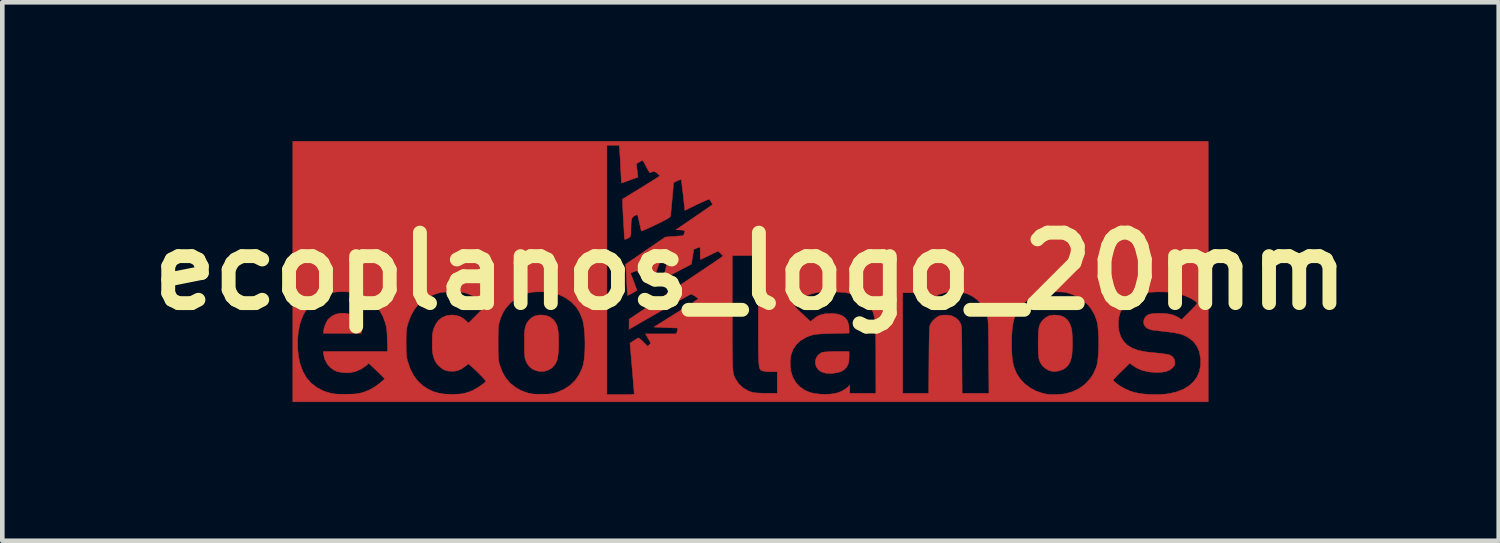
<source format=kicad_pcb>
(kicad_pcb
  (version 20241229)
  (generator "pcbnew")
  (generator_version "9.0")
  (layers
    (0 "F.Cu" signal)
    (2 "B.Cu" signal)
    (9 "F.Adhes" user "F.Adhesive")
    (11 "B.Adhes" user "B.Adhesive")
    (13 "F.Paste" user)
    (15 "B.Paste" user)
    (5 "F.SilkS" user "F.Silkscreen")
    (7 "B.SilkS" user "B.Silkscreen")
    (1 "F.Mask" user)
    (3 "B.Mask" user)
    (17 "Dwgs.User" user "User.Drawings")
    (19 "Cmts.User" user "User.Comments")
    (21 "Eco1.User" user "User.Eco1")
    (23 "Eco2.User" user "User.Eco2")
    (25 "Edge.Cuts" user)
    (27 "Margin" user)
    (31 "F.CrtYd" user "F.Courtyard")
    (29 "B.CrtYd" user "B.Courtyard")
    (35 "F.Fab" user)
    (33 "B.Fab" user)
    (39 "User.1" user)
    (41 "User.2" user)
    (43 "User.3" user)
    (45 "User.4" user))
  (footprint "ecoplanos_logo_20mm"
    (layer "F.Cu")
    (at 13.179 2.815)
    (property "Reference" "ecoplanos_logo_20mm" (at 0 0 0) (layer "F.SilkS") (effects (font (size 1.524 1.524) (thickness 0.3))))
    (attr through_hole)
    (fp_poly (pts (xy -8.767 0.908) (xy -8.692 0.924) (xy -8.611 0.961) (xy -8.538 1.02) (xy -8.478 1.095) (xy -8.436 1.18) (xy -8.416 1.269) (xy -8.415 1.292) (xy -8.415 1.341) (xy -9.234 1.341) (xy -9.234 1.307) (xy -9.226 1.253) (xy -9.207 1.186) (xy -9.179 1.118) (xy -9.147 1.06) (xy -9.13 1.037) (xy -9.058 0.974) (xy -8.97 0.93) (xy -8.871 0.908) (xy -8.767 0.908)) (stroke (width 0.01) (type solid)) (fill yes) (layer "F.Cu"))
    (fp_poly (pts (xy 2.132 1.839) (xy 2.13 1.899) (xy 2.124 1.956) (xy 2.117 1.995) (xy 2.084 2.064) (xy 2.029 2.124) (xy 1.958 2.168) (xy 1.952 2.171) (xy 1.883 2.191) (xy 1.799 2.205) (xy 1.71 2.209) (xy 1.629 2.204) (xy 1.619 2.202) (xy 1.535 2.176) (xy 1.469 2.131) (xy 1.425 2.071) (xy 1.403 1.998) (xy 1.404 1.927) (xy 1.427 1.861) (xy 1.472 1.804) (xy 1.532 1.763) (xy 1.563 1.752) (xy 1.595 1.747) (xy 1.648 1.743) (xy 1.719 1.739) (xy 1.801 1.737) (xy 1.874 1.737) (xy 2.132 1.737) (xy 2.132 1.839)) (stroke (width 0.01) (type solid)) (fill yes) (layer "F.Cu"))
    (fp_poly (pts (xy -4.42 0.958) (xy -4.332 0.993) (xy -4.259 1.05) (xy -4.205 1.13) (xy -4.18 1.189) (xy -4.166 1.253) (xy -4.156 1.338) (xy -4.15 1.437) (xy -4.148 1.544) (xy -4.15 1.653) (xy -4.156 1.755) (xy -4.167 1.845) (xy -4.181 1.917) (xy -4.185 1.932) (xy -4.228 2.017) (xy -4.29 2.086) (xy -4.367 2.135) (xy -4.456 2.163) (xy -4.551 2.167) (xy -4.62 2.155) (xy -4.711 2.118) (xy -4.783 2.061) (xy -4.837 1.983) (xy -4.868 1.911) (xy -4.876 1.879) (xy -4.882 1.838) (xy -4.887 1.783) (xy -4.89 1.712) (xy -4.891 1.618) (xy -4.891 1.56) (xy -4.891 1.44) (xy -4.888 1.344) (xy -4.881 1.268) (xy -4.87 1.207) (xy -4.854 1.158) (xy -4.832 1.115) (xy -4.803 1.074) (xy -4.791 1.06) (xy -4.731 1.003) (xy -4.663 0.967) (xy -4.582 0.949) (xy -4.524 0.946) (xy -4.42 0.958)) (stroke (width 0.01) (type solid)) (fill yes) (layer "F.Cu"))
    (fp_poly (pts (xy 6.691 0.958) (xy 6.778 0.992) (xy 6.849 1.048) (xy 6.902 1.127) (xy 6.938 1.228) (xy 6.945 1.263) (xy 6.952 1.32) (xy 6.957 1.398) (xy 6.96 1.488) (xy 6.96 1.584) (xy 6.958 1.678) (xy 6.954 1.761) (xy 6.948 1.828) (xy 6.945 1.844) (xy 6.916 1.949) (xy 6.868 2.033) (xy 6.803 2.097) (xy 6.763 2.12) (xy 6.667 2.156) (xy 6.572 2.168) (xy 6.509 2.162) (xy 6.437 2.137) (xy 6.369 2.097) (xy 6.316 2.048) (xy 6.305 2.034) (xy 6.278 1.994) (xy 6.258 1.955) (xy 6.243 1.915) (xy 6.233 1.867) (xy 6.226 1.808) (xy 6.222 1.732) (xy 6.221 1.636) (xy 6.22 1.56) (xy 6.221 1.44) (xy 6.224 1.344) (xy 6.23 1.268) (xy 6.24 1.207) (xy 6.255 1.159) (xy 6.276 1.117) (xy 6.303 1.078) (xy 6.324 1.055) (xy 6.386 0.999) (xy 6.455 0.964) (xy 6.538 0.948) (xy 6.586 0.947) (xy 6.691 0.958)) (stroke (width 0.01) (type solid)) (fill yes) (layer "F.Cu"))
    (fp_poly (pts (xy 9.897 2.824) (xy -9.897 2.824) (xy -9.897 1.481) (xy -9.795 1.481) (xy -9.794 1.652) (xy -9.775 1.846) (xy -9.736 2.02) (xy -9.678 2.172) (xy -9.6 2.305) (xy -9.503 2.417) (xy -9.387 2.509) (xy -9.251 2.581) (xy -9.205 2.599) (xy -9.125 2.625) (xy -9.048 2.644) (xy -8.967 2.656) (xy -8.875 2.662) (xy -8.765 2.663) (xy -8.711 2.662) (xy -8.612 2.658) (xy -8.534 2.652) (xy -8.47 2.643) (xy -8.412 2.629) (xy -8.401 2.626) (xy -8.332 2.603) (xy -8.257 2.573) (xy -8.2 2.546) (xy -8.155 2.519) (xy -8.102 2.484) (xy -8.048 2.445) (xy -7.997 2.405) (xy -7.954 2.369) (xy -7.925 2.341) (xy -7.914 2.324) (xy -7.924 2.311) (xy -7.951 2.282) (xy -7.992 2.241) (xy -8.043 2.191) (xy -8.084 2.152) (xy -8.254 1.992) (xy -8.324 2.05) (xy -8.435 2.124) (xy -8.557 2.173) (xy -8.686 2.196) (xy -8.822 2.192) (xy -8.833 2.19) (xy -8.894 2.178) (xy -8.952 2.162) (xy -8.995 2.145) (xy -9.081 2.086) (xy -9.151 2.007) (xy -9.202 1.913) (xy -9.229 1.81) (xy -9.23 1.804) (xy -9.238 1.737) (xy -7.847 1.737) (xy -7.853 1.521) (xy -7.447 1.521) (xy -7.447 1.553) (xy -7.446 1.654) (xy -7.445 1.733) (xy -7.442 1.795) (xy -7.437 1.845) (xy -7.429 1.89) (xy -7.419 1.935) (xy -7.416 1.943) (xy -7.36 2.109) (xy -7.286 2.253) (xy -7.193 2.377) (xy -7.08 2.48) (xy -6.949 2.561) (xy -6.842 2.608) (xy -6.734 2.638) (xy -6.609 2.657) (xy -6.476 2.666) (xy -6.345 2.663) (xy -6.224 2.648) (xy -6.215 2.647) (xy -6.144 2.628) (xy -6.067 2.603) (xy -6.008 2.578) (xy -5.957 2.551) (xy -5.899 2.517) (xy -5.841 2.478) (xy -5.788 2.441) (xy -5.747 2.408) (xy -5.724 2.385) (xy -5.724 2.384) (xy -5.73 2.368) (xy -5.753 2.337) (xy -5.79 2.295) (xy -5.839 2.244) (xy -5.894 2.188) (xy -5.954 2.131) (xy -6.014 2.077) (xy -6.018 2.073) (xy -6.1 2.002) (xy -6.174 2.059) (xy -6.251 2.112) (xy -6.322 2.145) (xy -6.394 2.16) (xy -6.444 2.163) (xy -6.532 2.159) (xy -6.602 2.143) (xy -6.664 2.11) (xy -6.726 2.058) (xy -6.736 2.048) (xy -6.781 2) (xy -6.812 1.957) (xy -6.834 1.909) (xy -6.85 1.862) (xy -6.864 1.815) (xy -6.873 1.77) (xy -6.879 1.72) (xy -6.882 1.659) (xy -6.883 1.578) (xy -6.883 1.553) (xy -5.457 1.553) (xy -5.457 1.665) (xy -5.456 1.754) (xy -5.455 1.822) (xy -5.452 1.876) (xy -5.448 1.919) (xy -5.442 1.955) (xy -5.434 1.99) (xy -5.424 2.025) (xy -5.367 2.178) (xy -5.291 2.311) (xy -5.194 2.423) (xy -5.078 2.515) (xy -4.979 2.571) (xy -4.883 2.611) (xy -4.794 2.639) (xy -4.701 2.656) (xy -4.596 2.663) (xy -4.483 2.663) (xy -4.4 2.659) (xy -4.336 2.654) (xy -4.283 2.646) (xy -4.231 2.633) (xy -4.174 2.615) (xy -4.028 2.551) (xy -3.901 2.467) (xy -3.794 2.364) (xy -3.708 2.242) (xy -3.643 2.103) (xy -3.62 2.03) (xy -3.601 1.936) (xy -3.588 1.822) (xy -3.581 1.694) (xy -3.579 1.56) (xy -3.582 1.424) (xy -3.591 1.294) (xy -3.605 1.176) (xy -3.624 1.075) (xy -3.636 1.035) (xy -3.695 0.892) (xy -3.775 0.767) (xy -3.875 0.663) (xy -3.997 0.577) (xy -4.059 0.544) (xy -4.143 0.506) (xy -4.217 0.478) (xy -4.289 0.461) (xy -4.367 0.45) (xy -4.459 0.446) (xy -4.532 0.445) (xy -4.618 0.446) (xy -4.683 0.449) (xy -4.736 0.455) (xy -4.785 0.465) (xy -4.829 0.478) (xy -4.955 0.525) (xy -5.063 0.584) (xy -5.161 0.659) (xy -5.203 0.699) (xy -5.285 0.791) (xy -5.349 0.888) (xy -5.398 0.999) (xy -5.424 1.081) (xy -5.435 1.117) (xy -5.442 1.152) (xy -5.448 1.188) (xy -5.452 1.231) (xy -5.455 1.285) (xy -5.456 1.354) (xy -5.457 1.443) (xy -5.457 1.553) (xy -6.883 1.553) (xy -6.882 1.465) (xy -6.88 1.399) (xy -6.875 1.346) (xy -6.866 1.301) (xy -6.854 1.255) (xy -6.852 1.248) (xy -6.806 1.144) (xy -6.743 1.06) (xy -6.665 0.998) (xy -6.572 0.96) (xy -6.468 0.946) (xy -6.465 0.946) (xy -6.361 0.955) (xy -6.271 0.985) (xy -6.189 1.038) (xy -6.169 1.055) (xy -6.097 1.12) (xy -5.904 0.926) (xy -5.711 0.732) (xy -5.773 0.678) (xy -5.883 0.597) (xy -6.011 0.528) (xy -6.121 0.484) (xy -6.168 0.47) (xy -6.211 0.459) (xy -6.255 0.452) (xy -6.307 0.449) (xy -6.376 0.447) (xy -6.445 0.447) (xy -6.535 0.447) (xy -6.605 0.45) (xy -6.66 0.455) (xy -6.71 0.463) (xy -6.76 0.475) (xy -6.77 0.478) (xy -6.923 0.534) (xy -7.057 0.611) (xy -7.172 0.708) (xy -7.268 0.825) (xy -7.346 0.964) (xy -7.406 1.125) (xy -7.417 1.163) (xy -7.428 1.208) (xy -7.436 1.251) (xy -7.441 1.298) (xy -7.445 1.355) (xy -7.446 1.428) (xy -7.447 1.521) (xy -7.853 1.521) (xy -7.854 1.486) (xy -7.858 1.384) (xy -7.862 1.304) (xy -7.869 1.241) (xy -7.877 1.188) (xy -7.889 1.14) (xy -7.892 1.13) (xy -7.951 0.97) (xy -8.031 0.83) (xy -8.129 0.709) (xy -8.245 0.609) (xy -8.379 0.531) (xy -8.521 0.478) (xy -8.621 0.457) (xy -8.736 0.445) (xy -8.857 0.443) (xy -8.973 0.45) (xy -9.077 0.466) (xy -9.121 0.478) (xy -9.246 0.525) (xy -9.353 0.582) (xy -9.45 0.656) (xy -9.497 0.7) (xy -9.597 0.82) (xy -9.678 0.958) (xy -9.737 1.116) (xy -9.777 1.29) (xy -9.795 1.481) (xy -9.897 1.481) (xy -9.897 -2.725) (xy -3.106 -2.725) (xy -3.106 2.668) (xy -2.81 2.668) (xy -2.706 2.668) (xy -2.628 2.667) (xy -2.572 2.665) (xy -2.537 2.661) (xy -2.518 2.656) (xy -2.514 2.651) (xy -2.515 2.633) (xy -2.519 2.591) (xy -2.524 2.526) (xy -2.531 2.443) (xy -2.539 2.345) (xy -2.548 2.234) (xy -2.558 2.115) (xy -2.56 2.093) (xy -2.606 1.553) (xy -2.521 1.5) (xy -2.477 1.473) (xy -2.443 1.452) (xy -2.424 1.442) (xy -2.424 1.442) (xy -2.409 1.449) (xy -2.38 1.472) (xy -2.341 1.507) (xy -2.317 1.531) (xy -2.222 1.624) (xy -2.189 1.589) (xy -2.156 1.554) (xy -2.271 1.355) (xy -1.6 1.355) (xy -1.586 1.292) (xy -1.571 1.228) (xy -1.629 1.227) (xy -1.665 1.225) (xy -1.721 1.223) (xy -1.792 1.22) (xy -1.869 1.217) (xy -1.889 1.216) (xy -2.09 1.207) (xy -1.777 1.012) (xy -1.464 0.816) (xy -1.284 0.839) (xy -1.196 0.85) (xy -1.132 0.857) (xy -1.086 0.859) (xy -1.055 0.857) (xy -1.034 0.849) (xy -1.018 0.835) (xy -1.003 0.814) (xy -0.996 0.803) (xy -0.975 0.769) (xy -0.963 0.747) (xy -0.963 0.742) (xy -0.977 0.737) (xy -1.014 0.727) (xy -1.065 0.715) (xy -1.106 0.706) (xy -1.245 0.674) (xy -1.187 0.637) (xy -1.154 0.614) (xy -1.133 0.597) (xy -1.13 0.593) (xy -1.141 0.581) (xy -1.169 0.561) (xy -1.205 0.537) (xy -1.242 0.515) (xy -1.272 0.499) (xy -1.285 0.494) (xy -1.3 0.501) (xy -1.337 0.521) (xy -1.394 0.552) (xy -1.468 0.593) (xy -1.558 0.644) (xy -1.661 0.702) (xy -1.774 0.766) (xy -1.896 0.836) (xy -1.963 0.874) (xy -2.626 1.254) (xy -2.625 1.038) (xy -1.644 0.382) (xy -1.494 0.281) (xy -1.349 0.184) (xy -1.213 0.093) (xy -1.087 0.008) (xy -0.972 -0.069) (xy -0.87 -0.138) (xy -0.784 -0.196) (xy -0.715 -0.243) (xy -0.664 -0.277) (xy -0.635 -0.298) (xy -0.628 -0.303) (xy -0.592 -0.332) (xy -0.599 -0.339) (xy -0.395 -0.339) (xy -0.395 0.893) (xy -0.395 1.114) (xy -0.395 1.309) (xy -0.395 1.479) (xy -0.394 1.627) (xy -0.393 1.754) (xy -0.392 1.862) (xy -0.39 1.953) (xy -0.388 2.029) (xy -0.384 2.092) (xy -0.38 2.143) (xy -0.375 2.185) (xy -0.368 2.22) (xy -0.361 2.248) (xy -0.352 2.273) (xy -0.342 2.295) (xy -0.33 2.318) (xy -0.317 2.342) (xy -0.316 2.344) (xy -0.247 2.443) (xy -0.156 2.525) (xy -0.048 2.588) (xy 0.042 2.62) (xy 0.083 2.627) (xy 0.148 2.633) (xy 0.23 2.637) (xy 0.327 2.639) (xy 0.342 2.639) (xy 0.579 2.64) (xy 0.579 2.174) (xy 0.444 2.174) (xy 0.358 2.171) (xy 0.293 2.163) (xy 0.26 2.154) (xy 0.245 2.147) (xy 0.231 2.141) (xy 0.219 2.133) (xy 0.209 2.122) (xy 0.2 2.106) (xy 0.193 2.082) (xy 0.187 2.05) (xy 0.182 2.008) (xy 0.178 1.953) (xy 0.177 1.929) (xy 0.857 1.929) (xy 0.86 2.07) (xy 0.878 2.181) (xy 0.918 2.299) (xy 0.981 2.406) (xy 1.066 2.497) (xy 1.168 2.57) (xy 1.278 2.619) (xy 1.374 2.643) (xy 1.487 2.657) (xy 1.607 2.662) (xy 1.724 2.657) (xy 1.831 2.642) (xy 1.898 2.624) (xy 1.986 2.588) (xy 2.06 2.541) (xy 2.107 2.501) (xy 2.146 2.466) (xy 2.146 2.64) (xy 2.711 2.64) (xy 2.71 1.945) (xy 2.71 1.751) (xy 2.709 1.583) (xy 2.707 1.438) (xy 2.705 1.315) (xy 2.7 1.21) (xy 2.695 1.122) (xy 2.687 1.048) (xy 2.677 0.986) (xy 2.665 0.934) (xy 2.65 0.888) (xy 2.632 0.847) (xy 2.611 0.809) (xy 2.586 0.77) (xy 2.579 0.76) (xy 2.497 0.665) (xy 2.392 0.586) (xy 2.265 0.522) (xy 2.116 0.475) (xy 2.077 0.466) (xy 3.29 0.466) (xy 3.29 2.64) (xy 3.853 2.64) (xy 3.858 1.931) (xy 3.859 1.757) (xy 3.861 1.609) (xy 3.863 1.486) (xy 3.865 1.386) (xy 3.868 1.306) (xy 3.871 1.246) (xy 3.875 1.203) (xy 3.879 1.175) (xy 3.881 1.166) (xy 3.909 1.113) (xy 3.955 1.057) (xy 4.01 1.008) (xy 4.065 0.973) (xy 4.089 0.963) (xy 4.171 0.948) (xy 4.258 0.948) (xy 4.34 0.962) (xy 4.377 0.975) (xy 4.449 1.016) (xy 4.502 1.068) (xy 4.537 1.122) (xy 4.544 1.136) (xy 4.55 1.15) (xy 4.554 1.167) (xy 4.558 1.19) (xy 4.561 1.221) (xy 4.564 1.263) (xy 4.566 1.317) (xy 4.567 1.387) (xy 4.568 1.476) (xy 4.569 1.584) (xy 4.57 1.715) (xy 4.571 1.872) (xy 4.571 1.91) (xy 4.576 2.64) (xy 5.156 2.64) (xy 5.15 1.846) (xy 5.148 1.673) (xy 5.147 1.539) (xy 5.647 1.539) (xy 5.647 1.668) (xy 5.651 1.775) (xy 5.657 1.865) (xy 5.668 1.943) (xy 5.682 2.015) (xy 5.702 2.087) (xy 5.704 2.093) (xy 5.757 2.218) (xy 5.834 2.332) (xy 5.931 2.434) (xy 6.047 2.522) (xy 6.176 2.591) (xy 6.317 2.64) (xy 6.41 2.659) (xy 6.473 2.665) (xy 6.554 2.667) (xy 6.643 2.664) (xy 6.728 2.659) (xy 6.801 2.65) (xy 6.817 2.647) (xy 6.967 2.604) (xy 7.104 2.538) (xy 7.225 2.451) (xy 7.323 2.351) (xy 7.84 2.351) (xy 7.849 2.37) (xy 7.878 2.398) (xy 7.921 2.433) (xy 7.975 2.471) (xy 8.034 2.508) (xy 8.093 2.54) (xy 8.097 2.542) (xy 8.196 2.586) (xy 8.296 2.619) (xy 8.402 2.642) (xy 8.521 2.657) (xy 8.658 2.665) (xy 8.74 2.667) (xy 8.856 2.665) (xy 8.964 2.658) (xy 9.055 2.647) (xy 9.057 2.646) (xy 9.22 2.607) (xy 9.361 2.551) (xy 9.481 2.479) (xy 9.579 2.392) (xy 9.654 2.289) (xy 9.705 2.174) (xy 9.731 2.045) (xy 9.733 1.905) (xy 9.729 1.862) (xy 9.703 1.737) (xy 9.658 1.631) (xy 9.594 1.541) (xy 9.566 1.513) (xy 9.503 1.459) (xy 9.437 1.416) (xy 9.364 1.381) (xy 9.278 1.353) (xy 9.175 1.332) (xy 9.051 1.314) (xy 8.974 1.305) (xy 8.89 1.296) (xy 8.809 1.287) (xy 8.739 1.278) (xy 8.687 1.271) (xy 8.67 1.268) (xy 8.596 1.243) (xy 8.542 1.204) (xy 8.509 1.153) (xy 8.499 1.094) (xy 8.514 1.031) (xy 8.526 1.008) (xy 8.554 0.972) (xy 8.59 0.945) (xy 8.638 0.927) (xy 8.702 0.916) (xy 8.787 0.911) (xy 8.846 0.911) (xy 8.972 0.916) (xy 9.078 0.93) (xy 9.167 0.957) (xy 9.246 0.996) (xy 9.271 1.012) (xy 9.323 1.047) (xy 9.497 0.874) (xy 9.563 0.807) (xy 9.61 0.756) (xy 9.64 0.72) (xy 9.655 0.697) (xy 9.656 0.684) (xy 9.655 0.683) (xy 9.611 0.642) (xy 9.544 0.6) (xy 9.461 0.559) (xy 9.368 0.521) (xy 9.271 0.489) (xy 9.2 0.471) (xy 9.129 0.46) (xy 9.039 0.452) (xy 8.938 0.447) (xy 8.833 0.446) (xy 8.731 0.449) (xy 8.639 0.455) (xy 8.565 0.464) (xy 8.537 0.47) (xy 8.387 0.52) (xy 8.257 0.587) (xy 8.149 0.669) (xy 8.063 0.767) (xy 8.001 0.877) (xy 7.963 1) (xy 7.951 1.134) (xy 7.965 1.277) (xy 7.97 1.302) (xy 8.007 1.417) (xy 8.066 1.515) (xy 8.148 1.597) (xy 8.252 1.661) (xy 8.378 1.709) (xy 8.528 1.74) (xy 8.542 1.742) (xy 8.579 1.747) (xy 8.637 1.753) (xy 8.709 1.761) (xy 8.788 1.769) (xy 8.813 1.772) (xy 8.891 1.78) (xy 8.962 1.79) (xy 9.021 1.8) (xy 9.06 1.809) (xy 9.068 1.812) (xy 9.128 1.85) (xy 9.165 1.904) (xy 9.177 1.973) (xy 9.177 1.973) (xy 9.174 2.015) (xy 9.161 2.047) (xy 9.132 2.081) (xy 9.124 2.09) (xy 9.067 2.134) (xy 8.996 2.165) (xy 8.907 2.182) (xy 8.796 2.188) (xy 8.787 2.188) (xy 8.625 2.178) (xy 8.482 2.147) (xy 8.355 2.095) (xy 8.255 2.029) (xy 8.201 1.987) (xy 8.022 2.162) (xy 7.964 2.219) (xy 7.914 2.27) (xy 7.874 2.312) (xy 7.848 2.34) (xy 7.84 2.351) (xy 7.323 2.351) (xy 7.329 2.345) (xy 7.412 2.223) (xy 7.473 2.086) (xy 7.491 2.026) (xy 7.507 1.943) (xy 7.518 1.839) (xy 7.526 1.72) (xy 7.529 1.592) (xy 7.529 1.462) (xy 7.523 1.337) (xy 7.514 1.224) (xy 7.501 1.127) (xy 7.49 1.08) (xy 7.439 0.937) (xy 7.362 0.807) (xy 7.292 0.722) (xy 7.181 0.622) (xy 7.055 0.544) (xy 6.911 0.484) (xy 6.861 0.469) (xy 6.816 0.458) (xy 6.768 0.452) (xy 6.711 0.448) (xy 6.635 0.446) (xy 6.601 0.446) (xy 6.494 0.447) (xy 6.408 0.452) (xy 6.334 0.464) (xy 6.265 0.482) (xy 6.192 0.51) (xy 6.128 0.54) (xy 6.058 0.576) (xy 6 0.615) (xy 5.942 0.664) (xy 5.901 0.704) (xy 5.83 0.782) (xy 5.773 0.862) (xy 5.729 0.948) (xy 5.695 1.044) (xy 5.671 1.154) (xy 5.656 1.281) (xy 5.648 1.43) (xy 5.647 1.539) (xy 5.147 1.539) (xy 5.147 1.526) (xy 5.145 1.403) (xy 5.144 1.3) (xy 5.142 1.217) (xy 5.14 1.149) (xy 5.137 1.096) (xy 5.134 1.054) (xy 5.13 1.021) (xy 5.126 0.995) (xy 5.121 0.973) (xy 5.119 0.967) (xy 5.067 0.834) (xy 4.995 0.717) (xy 4.904 0.618) (xy 4.797 0.54) (xy 4.677 0.484) (xy 4.661 0.479) (xy 4.516 0.448) (xy 4.369 0.441) (xy 4.225 0.457) (xy 4.088 0.497) (xy 3.963 0.559) (xy 3.907 0.598) (xy 3.84 0.649) (xy 3.84 0.466) (xy 3.29 0.466) (xy 2.077 0.466) (xy 2.068 0.464) (xy 2.023 0.458) (xy 1.956 0.453) (xy 1.874 0.449) (xy 1.783 0.446) (xy 1.737 0.446) (xy 1.614 0.448) (xy 1.514 0.453) (xy 1.43 0.463) (xy 1.356 0.479) (xy 1.286 0.502) (xy 1.215 0.533) (xy 1.209 0.536) (xy 1.161 0.563) (xy 1.107 0.597) (xy 1.054 0.636) (xy 1.006 0.674) (xy 0.97 0.708) (xy 0.949 0.733) (xy 0.946 0.741) (xy 0.956 0.756) (xy 0.983 0.786) (xy 1.024 0.829) (xy 1.076 0.88) (xy 1.123 0.924) (xy 1.299 1.09) (xy 1.355 1.04) (xy 1.436 0.979) (xy 1.521 0.941) (xy 1.622 0.92) (xy 1.633 0.919) (xy 1.769 0.914) (xy 1.883 0.927) (xy 1.976 0.958) (xy 2.047 1.007) (xy 2.097 1.074) (xy 2.125 1.16) (xy 2.132 1.243) (xy 2.132 1.338) (xy 1.79 1.345) (xy 1.662 1.348) (xy 1.559 1.352) (xy 1.475 1.358) (xy 1.406 1.366) (xy 1.348 1.377) (xy 1.296 1.391) (xy 1.246 1.41) (xy 1.194 1.433) (xy 1.193 1.433) (xy 1.081 1.501) (xy 0.991 1.585) (xy 0.923 1.685) (xy 0.878 1.801) (xy 0.857 1.929) (xy 0.177 1.929) (xy 0.175 1.884) (xy 0.173 1.799) (xy 0.171 1.697) (xy 0.17 1.576) (xy 0.17 1.433) (xy 0.169 1.268) (xy 0.169 1.078) (xy 0.169 0.862) (xy 0.169 -0.339) (xy -0.395 -0.339) (xy -0.599 -0.339) (xy -0.645 -0.384) (xy -0.699 -0.436) (xy -0.888 -0.345) (xy -0.954 -0.313) (xy -1.011 -0.286) (xy -1.054 -0.266) (xy -1.078 -0.255) (xy -1.082 -0.254) (xy -1.084 -0.267) (xy -1.086 -0.302) (xy -1.087 -0.354) (xy -1.087 -0.388) (xy -1.088 -0.446) (xy -1.089 -0.491) (xy -1.091 -0.518) (xy -1.092 -0.522) (xy -1.112 -0.518) (xy -1.145 -0.506) (xy -1.183 -0.492) (xy -1.214 -0.478) (xy -1.229 -0.469) (xy -1.23 -0.468) (xy -1.232 -0.451) (xy -1.238 -0.412) (xy -1.247 -0.358) (xy -1.255 -0.306) (xy -1.278 -0.153) (xy -1.581 0.006) (xy -1.666 0.05) (xy -1.741 0.089) (xy -1.804 0.122) (xy -1.852 0.146) (xy -1.881 0.16) (xy -1.887 0.163) (xy -1.885 0.15) (xy -1.876 0.113) (xy -1.862 0.057) (xy -1.844 -0.015) (xy -1.823 -0.098) (xy -1.813 -0.134) (xy -1.791 -0.222) (xy -1.771 -0.302) (xy -1.755 -0.368) (xy -1.743 -0.417) (xy -1.737 -0.445) (xy -1.737 -0.449) (xy -1.747 -0.455) (xy -1.779 -0.443) (xy -1.809 -0.428) (xy -1.833 -0.415) (xy -1.853 -0.401) (xy -1.87 -0.385) (xy -1.887 -0.363) (xy -1.905 -0.332) (xy -1.925 -0.288) (xy -1.949 -0.229) (xy -1.98 -0.151) (xy -2.018 -0.052) (xy -2.041 0.01) (xy -2.078 0.106) (xy -2.108 0.178) (xy -2.131 0.229) (xy -2.15 0.261) (xy -2.165 0.278) (xy -2.169 0.281) (xy -2.183 0.285) (xy -2.199 0.28) (xy -2.219 0.265) (xy -2.247 0.236) (xy -2.287 0.19) (xy -2.322 0.148) (xy -2.368 0.093) (xy -2.407 0.047) (xy -2.438 0.012) (xy -2.454 -0.005) (xy -2.456 -0.007) (xy -2.475 -0.006) (xy -2.51 0.004) (xy -2.532 0.013) (xy -2.596 0.041) (xy -2.526 0.221) (xy -2.501 0.288) (xy -2.48 0.345) (xy -2.464 0.387) (xy -2.457 0.41) (xy -2.457 0.412) (xy -2.468 0.422) (xy -2.498 0.44) (xy -2.538 0.463) (xy -2.581 0.487) (xy -2.621 0.507) (xy -2.65 0.52) (xy -2.659 0.522) (xy -2.661 0.509) (xy -2.664 0.472) (xy -2.668 0.416) (xy -2.672 0.347) (xy -2.674 0.293) (xy -2.678 0.205) (xy -2.682 0.118) (xy -2.687 0.039) (xy -2.69 -0.024) (xy -2.692 -0.043) (xy -2.7 -0.15) (xy -2.271 -0.445) (xy -1.843 -0.739) (xy -1.646 -0.754) (xy -1.45 -0.769) (xy -1.431 -0.823) (xy -1.422 -0.854) (xy -1.422 -0.873) (xy -1.437 -0.884) (xy -1.472 -0.889) (xy -1.53 -0.893) (xy -1.53 -0.893) (xy -1.612 -0.897) (xy -1.36 -1.069) (xy -1.274 -1.127) (xy -1.185 -1.189) (xy -1.1 -1.247) (xy -1.024 -1.299) (xy -0.965 -1.34) (xy -0.963 -1.341) (xy -0.818 -1.442) (xy -0.849 -1.494) (xy -0.87 -1.529) (xy -0.886 -1.553) (xy -0.889 -1.557) (xy -0.904 -1.554) (xy -0.94 -1.541) (xy -0.994 -1.518) (xy -1.061 -1.488) (xy -1.138 -1.452) (xy -1.159 -1.442) (xy -1.419 -1.316) (xy -1.456 -1.647) (xy -1.467 -1.74) (xy -1.477 -1.824) (xy -1.486 -1.895) (xy -1.493 -1.947) (xy -1.498 -1.978) (xy -1.5 -1.985) (xy -1.515 -1.982) (xy -1.545 -1.971) (xy -1.584 -1.954) (xy -1.623 -1.936) (xy -1.652 -1.921) (xy -1.661 -1.915) (xy -1.663 -1.901) (xy -1.667 -1.863) (xy -1.672 -1.804) (xy -1.679 -1.729) (xy -1.687 -1.64) (xy -1.694 -1.567) (xy -1.702 -1.47) (xy -1.711 -1.38) (xy -1.718 -1.303) (xy -1.724 -1.242) (xy -1.729 -1.203) (xy -1.731 -1.189) (xy -1.737 -1.177) (xy -1.755 -1.161) (xy -1.785 -1.141) (xy -1.832 -1.115) (xy -1.897 -1.081) (xy -1.984 -1.038) (xy -2.043 -1.009) (xy -2.129 -0.968) (xy -2.206 -0.933) (xy -2.271 -0.904) (xy -2.321 -0.883) (xy -2.351 -0.872) (xy -2.359 -0.872) (xy -2.365 -0.889) (xy -2.376 -0.928) (xy -2.388 -0.983) (xy -2.4 -1.04) (xy -2.414 -1.105) (xy -2.427 -1.16) (xy -2.437 -1.199) (xy -2.443 -1.215) (xy -2.458 -1.221) (xy -2.488 -1.21) (xy -2.51 -1.199) (xy -2.537 -1.181) (xy -2.556 -1.159) (xy -2.569 -1.13) (xy -2.578 -1.088) (xy -2.582 -1.029) (xy -2.584 -0.948) (xy -2.585 -0.912) (xy -2.586 -0.852) (xy -2.589 -0.801) (xy -2.594 -0.766) (xy -2.596 -0.758) (xy -2.612 -0.739) (xy -2.64 -0.719) (xy -2.674 -0.702) (xy -2.704 -0.691) (xy -2.722 -0.691) (xy -2.725 -0.696) (xy -2.726 -0.714) (xy -2.728 -0.757) (xy -2.732 -0.819) (xy -2.736 -0.898) (xy -2.742 -0.989) (xy -2.746 -1.066) (xy -2.752 -1.167) (xy -2.757 -1.263) (xy -2.761 -1.349) (xy -2.764 -1.419) (xy -2.766 -1.469) (xy -2.767 -1.49) (xy -2.767 -1.56) (xy -2.365 -1.806) (xy -2.269 -1.865) (xy -2.181 -1.92) (xy -2.104 -1.968) (xy -2.042 -2.008) (xy -1.995 -2.038) (xy -1.968 -2.057) (xy -1.963 -2.063) (xy -1.973 -2.077) (xy -1.999 -2.101) (xy -2.02 -2.119) (xy -2.056 -2.146) (xy -2.081 -2.156) (xy -2.106 -2.154) (xy -2.124 -2.148) (xy -2.157 -2.137) (xy -2.177 -2.132) (xy -2.178 -2.132) (xy -2.188 -2.144) (xy -2.207 -2.175) (xy -2.233 -2.22) (xy -2.245 -2.243) (xy -2.28 -2.31) (xy -2.305 -2.355) (xy -2.324 -2.382) (xy -2.341 -2.392) (xy -2.36 -2.389) (xy -2.384 -2.375) (xy -2.401 -2.364) (xy -2.437 -2.341) (xy -2.461 -2.326) (xy -2.467 -2.322) (xy -2.467 -2.308) (xy -2.463 -2.273) (xy -2.457 -2.221) (xy -2.452 -2.178) (xy -2.434 -2.035) (xy -2.61 -1.971) (xy -2.675 -1.947) (xy -2.73 -1.928) (xy -2.769 -1.915) (xy -2.788 -1.91) (xy -2.789 -1.91) (xy -2.791 -1.924) (xy -2.793 -1.963) (xy -2.797 -2.022) (xy -2.801 -2.097) (xy -2.805 -2.184) (xy -2.808 -2.238) (xy -2.813 -2.336) (xy -2.818 -2.43) (xy -2.823 -2.514) (xy -2.828 -2.583) (xy -2.831 -2.631) (xy -2.832 -2.644) (xy -2.841 -2.725) (xy -3.106 -2.725) (xy -9.897 -2.725) (xy -9.897 -2.81) (xy 9.897 -2.81) (xy 9.897 2.824)) (stroke (width 0.01) (type solid)) (fill yes) (layer "F.Cu")))
  (gr_rect
    (start -3 -3)
    (end 29.358 8.643)
    (stroke (width 0.1) (type default))
    (fill no)
    (layer "Edge.Cuts")))
</source>
